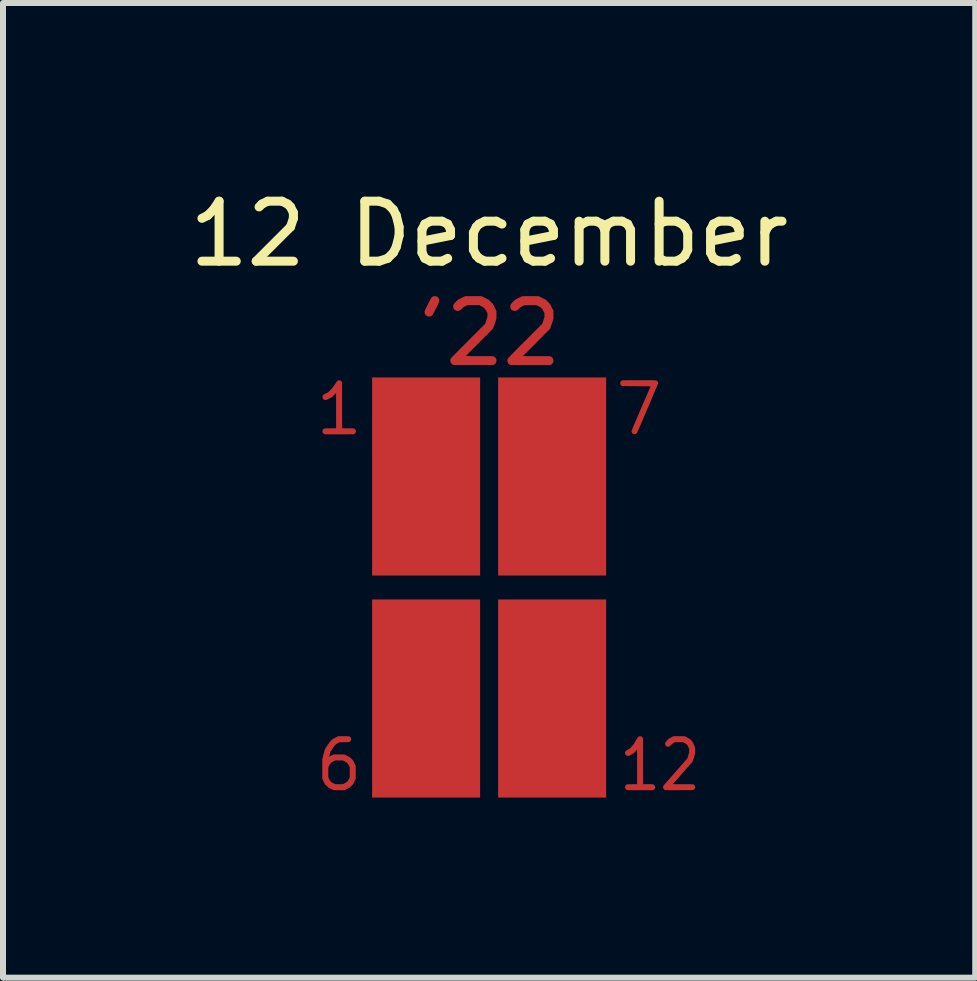
<source format=kicad_pcb>
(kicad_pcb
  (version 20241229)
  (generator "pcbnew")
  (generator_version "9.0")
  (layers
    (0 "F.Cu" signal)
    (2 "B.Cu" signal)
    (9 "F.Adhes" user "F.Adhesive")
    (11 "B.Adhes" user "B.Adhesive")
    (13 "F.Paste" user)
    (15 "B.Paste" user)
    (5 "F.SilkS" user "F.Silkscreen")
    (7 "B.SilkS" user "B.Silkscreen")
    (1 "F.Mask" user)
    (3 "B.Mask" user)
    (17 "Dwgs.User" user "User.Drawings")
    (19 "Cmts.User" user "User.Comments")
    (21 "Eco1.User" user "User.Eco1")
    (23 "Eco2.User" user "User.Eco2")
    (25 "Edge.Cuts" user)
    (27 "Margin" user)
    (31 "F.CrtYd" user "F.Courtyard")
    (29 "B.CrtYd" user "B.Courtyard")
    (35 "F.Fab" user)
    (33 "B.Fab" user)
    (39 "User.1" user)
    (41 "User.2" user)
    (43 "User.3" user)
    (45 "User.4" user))
  (footprint "12 December"
    (layer "F.Cu")
    (at 5.101 6.741)
    (property "Reference" "12 December" (at 0 -5.893 0) (unlocked yes) (layer "F.SilkS") (effects (font (size 1 1) (thickness 0.15))))
    (attr smd)
    (pad "1" smd custom (at -2.718 2.996) (size 0.01 0.01) (layers "F.Cu" "F.Mask" "F.Paste") (options (anchor circle)) (primitives (gr_poly (pts (xy 0.312 -0.518) (xy 0.329 -0.518) (xy 0.342 -0.518) (xy 0.354 -0.518) (xy 0.363 -0.517) (xy 0.37 -0.517) (xy 0.376 -0.517) (xy 0.38 -0.517) (xy 0.383 -0.516) (xy 0.385 -0.516) (xy 0.387 -0.515) (xy 0.389 -0.515) (xy 0.39 -0.514) (xy 0.399 -0.508) (xy 0.408 -0.5) (xy 0.414 -0.49) (xy 0.415 -0.489) (xy 0.417 -0.484) (xy 0.418 -0.479) (xy 0.419 -0.472) (xy 0.419 -0.468) (xy 0.418 -0.46) (xy 0.418 -0.454) (xy 0.416 -0.449) (xy 0.415 -0.447) (xy 0.408 -0.437) (xy 0.4 -0.429) (xy 0.391 -0.423) (xy 0.39 -0.422) (xy 0.388 -0.421) (xy 0.386 -0.421) (xy 0.384 -0.42) (xy 0.381 -0.42) (xy 0.376 -0.419) (xy 0.371 -0.419) (xy 0.364 -0.419) (xy 0.355 -0.418) (xy 0.344 -0.418) (xy 0.33 -0.418) (xy 0.313 -0.418) (xy 0.305 -0.418) (xy 0.227 -0.417) (xy 0.199 -0.403) (xy 0.189 -0.398) (xy 0.182 -0.394) (xy 0.176 -0.39) (xy 0.171 -0.387) (xy 0.167 -0.383) (xy 0.162 -0.379) (xy 0.157 -0.374) (xy 0.155 -0.372) (xy 0.15 -0.367) (xy 0.145 -0.362) (xy 0.141 -0.356) (xy 0.135 -0.349) (xy 0.129 -0.341) (xy 0.122 -0.331) (xy 0.114 -0.319) (xy 0.106 -0.306) (xy 0.072 -0.257) (xy 0.063 -0.219) (xy 0.06 -0.208) (xy 0.057 -0.198) (xy 0.055 -0.19) (xy 0.054 -0.184) (xy 0.053 -0.18) (xy 0.053 -0.179) (xy 0.054 -0.179) (xy 0.058 -0.18) (xy 0.064 -0.183) (xy 0.072 -0.187) (xy 0.081 -0.191) (xy 0.09 -0.195) (xy 0.128 -0.214) (xy 0.307 -0.214) (xy 0.399 -0.168) (xy 0.424 -0.143) (xy 0.449 -0.118) (xy 0.472 -0.072) (xy 0.495 -0.026) (xy 0.495 0.193) (xy 0.472 0.239) (xy 0.449 0.285) (xy 0.424 0.31) (xy 0.399 0.335) (xy 0.353 0.358) (xy 0.307 0.381) (xy 0.22 0.381) (xy 0.199 0.381) (xy 0.182 0.381) (xy 0.168 0.381) (xy 0.156 0.381) (xy 0.146 0.381) (xy 0.138 0.38) (xy 0.133 0.38) (xy 0.129 0.38) (xy 0.127 0.379) (xy 0.126 0.379) (xy 0.123 0.378) (xy 0.118 0.375) (xy 0.11 0.372) (xy 0.1 0.367) (xy 0.09 0.362) (xy 0.079 0.356) (xy 0.077 0.355) (xy 0.034 0.334) (xy 0.009 0.309) (xy -0.017 0.284) (xy -0.039 0.238) (xy -0.062 0.193) (xy -0.062 0.167) (xy 0.038 0.167) (xy 0.053 0.196) (xy 0.058 0.206) (xy 0.062 0.214) (xy 0.065 0.22) (xy 0.069 0.225) (xy 0.072 0.229) (xy 0.076 0.233) (xy 0.08 0.238) (xy 0.08 0.238) (xy 0.085 0.243) (xy 0.089 0.246) (xy 0.094 0.25) (xy 0.099 0.253) (xy 0.106 0.257) (xy 0.114 0.261) (xy 0.123 0.266) (xy 0.153 0.281) (xy 0.217 0.281) (xy 0.281 0.281) (xy 0.309 0.267) (xy 0.319 0.261) (xy 0.327 0.257) (xy 0.333 0.254) (xy 0.338 0.251) (xy 0.343 0.247) (xy 0.347 0.243) (xy 0.351 0.239) (xy 0.356 0.234) (xy 0.36 0.23) (xy 0.363 0.226) (xy 0.367 0.221) (xy 0.37 0.216) (xy 0.374 0.208) (xy 0.379 0.198) (xy 0.38 0.196) (xy 0.395 0.167) (xy 0.395 0) (xy 0.38 -0.029) (xy 0.375 -0.039) (xy 0.371 -0.047) (xy 0.367 -0.053) (xy 0.364 -0.058) (xy 0.361 -0.062) (xy 0.357 -0.066) (xy 0.353 -0.071) (xy 0.351 -0.072) (xy 0.346 -0.077) (xy 0.342 -0.081) (xy 0.337 -0.084) (xy 0.332 -0.088) (xy 0.326 -0.091) (xy 0.318 -0.095) (xy 0.309 -0.1) (xy 0.281 -0.114) (xy 0.154 -0.114) (xy 0.123 -0.099) (xy 0.113 -0.094) (xy 0.105 -0.089) (xy 0.099 -0.086) (xy 0.093 -0.083) (xy 0.089 -0.079) (xy 0.085 -0.076) (xy 0.08 -0.071) (xy 0.076 -0.067) (xy 0.072 -0.063) (xy 0.069 -0.059) (xy 0.066 -0.054) (xy 0.062 -0.048) (xy 0.058 -0.04) (xy 0.053 -0.03) (xy 0.053 -0.029) (xy 0.038 0) (xy 0.038 0.167) (xy -0.062 0.167) (xy -0.062 0.031) (xy -0.063 -0.132) (xy -0.042 -0.215) (xy -0.038 -0.231) (xy -0.034 -0.246) (xy -0.03 -0.261) (xy -0.027 -0.273) (xy -0.024 -0.284) (xy -0.022 -0.293) (xy -0.02 -0.299) (xy -0.019 -0.302) (xy -0.018 -0.303) (xy -0.017 -0.305) (xy -0.014 -0.31) (xy -0.009 -0.316) (xy -0.003 -0.325) (xy 0.003 -0.335) (xy 0.011 -0.347) (xy 0.019 -0.359) (xy 0.025 -0.367) (xy 0.034 -0.381) (xy 0.043 -0.393) (xy 0.049 -0.403) (xy 0.055 -0.411) (xy 0.06 -0.418) (xy 0.064 -0.423) (xy 0.069 -0.428) (xy 0.073 -0.433) (xy 0.077 -0.438) (xy 0.082 -0.442) (xy 0.087 -0.448) (xy 0.088 -0.449) (xy 0.111 -0.472) (xy 0.157 -0.495) (xy 0.203 -0.518) (xy 0.293 -0.518)) (width 0) (fill yes))))
    (pad "1" smd custom (at -2.515 -2.794) (size 0.01 0.01) (layers "F.Cu" "F.Mask" "F.Paste") (options (anchor circle)) (primitives (gr_poly (pts (xy 0.025 -0.658) (xy 0.037 -0.654) (xy 0.047 -0.647) (xy 0.055 -0.639) (xy 0.061 -0.629) (xy 0.065 -0.622) (xy 0.065 0.14) (xy 0.161 0.141) (xy 0.182 0.141) (xy 0.199 0.141) (xy 0.213 0.141) (xy 0.225 0.141) (xy 0.235 0.141) (xy 0.243 0.142) (xy 0.249 0.142) (xy 0.253 0.142) (xy 0.257 0.143) (xy 0.26 0.143) (xy 0.262 0.144) (xy 0.264 0.144) (xy 0.265 0.145) (xy 0.275 0.151) (xy 0.283 0.159) (xy 0.289 0.169) (xy 0.29 0.17) (xy 0.292 0.175) (xy 0.293 0.18) (xy 0.294 0.187) (xy 0.294 0.191) (xy 0.294 0.199) (xy 0.293 0.205) (xy 0.291 0.21) (xy 0.29 0.212) (xy 0.283 0.222) (xy 0.275 0.23) (xy 0.266 0.236) (xy 0.265 0.237) (xy 0.257 0.24) (xy 0.018 0.241) (xy -0.014 0.241) (xy -0.044 0.241) (xy -0.071 0.241) (xy -0.095 0.241) (xy -0.116 0.241) (xy -0.135 0.241) (xy -0.152 0.241) (xy -0.166 0.241) (xy -0.178 0.241) (xy -0.189 0.241) (xy -0.198 0.24) (xy -0.205 0.24) (xy -0.211 0.24) (xy -0.216 0.24) (xy -0.22 0.24) (xy -0.223 0.239) (xy -0.225 0.239) (xy -0.227 0.239) (xy -0.228 0.238) (xy -0.229 0.238) (xy -0.24 0.233) (xy -0.249 0.225) (xy -0.255 0.216) (xy -0.26 0.206) (xy -0.262 0.196) (xy -0.262 0.185) (xy -0.259 0.174) (xy -0.255 0.164) (xy -0.248 0.155) (xy -0.238 0.148) (xy -0.233 0.145) (xy -0.231 0.144) (xy -0.23 0.144) (xy -0.228 0.143) (xy -0.225 0.143) (xy -0.221 0.142) (xy -0.217 0.142) (xy -0.21 0.142) (xy -0.202 0.141) (xy -0.193 0.141) (xy -0.181 0.141) (xy -0.166 0.141) (xy -0.149 0.141) (xy -0.13 0.141) (xy -0.035 0.14) (xy -0.035 -0.449) (xy -0.071 -0.413) (xy -0.107 -0.377) (xy -0.198 -0.332) (xy -0.212 -0.332) (xy -0.22 -0.332) (xy -0.226 -0.333) (xy -0.231 -0.334) (xy -0.234 -0.336) (xy -0.244 -0.343) (xy -0.253 -0.352) (xy -0.258 -0.36) (xy -0.261 -0.369) (xy -0.262 -0.379) (xy -0.261 -0.39) (xy -0.259 -0.399) (xy -0.258 -0.402) (xy -0.256 -0.407) (xy -0.253 -0.411) (xy -0.249 -0.415) (xy -0.244 -0.419) (xy -0.238 -0.424) (xy -0.229 -0.428) (xy -0.219 -0.434) (xy -0.206 -0.441) (xy -0.204 -0.442) (xy -0.166 -0.461) (xy -0.131 -0.497) (xy -0.095 -0.533) (xy -0.058 -0.588) (xy -0.048 -0.603) (xy -0.04 -0.616) (xy -0.033 -0.626) (xy -0.027 -0.634) (xy -0.022 -0.64) (xy -0.018 -0.645) (xy -0.014 -0.649) (xy -0.011 -0.652) (xy -0.007 -0.654) (xy -0.003 -0.655) (xy 0.001 -0.657) (xy 0.001 -0.657) (xy 0.013 -0.659)) (width 0) (fill yes))))
    (pad "1" smd custom (at -1.448 -0.432) (size 0.01 0.01) (layers "F.Cu" "F.Mask" "F.Paste") (options (anchor circle)) (primitives (gr_poly (pts (xy 1.298 0.232) (xy -0.502 0.232) (xy -0.502 -3.069) (xy 1.298 -3.069)) (width 0) (fill yes))))
    (pad "1" smd custom (at -1.448 3.268) (size 0.01 0.01) (layers "F.Cu" "F.Mask" "F.Paste") (options (anchor circle)) (primitives (gr_poly (pts (xy 1.298 0.232) (xy -0.502 0.232) (xy -0.502 -3.069) (xy 1.298 -3.069)) (width 0) (fill yes))))
    (pad "1" smd custom (at -0.914 -4.75) (size 0.01 0.01) (layers "F.Cu" "F.Mask" "F.Paste") (options (anchor circle)) (primitives (gr_poly (pts (xy 0.028 -0.104) (xy 0.043 -0.099) (xy 0.057 -0.09) (xy 0.063 -0.085) (xy 0.074 -0.071) (xy 0.08 -0.057) (xy 0.083 -0.04) (xy 0.084 -0.031) (xy 0.084 -0.012) (xy 0.03 0.095) (xy 0.017 0.122) (xy 0.005 0.144) (xy -0.004 0.163) (xy -0.013 0.178) (xy -0.02 0.191) (xy -0.026 0.201) (xy -0.031 0.208) (xy -0.036 0.214) (xy -0.04 0.219) (xy -0.045 0.222) (xy -0.05 0.225) (xy -0.055 0.228) (xy -0.056 0.228) (xy -0.068 0.232) (xy -0.082 0.234) (xy -0.097 0.234) (xy -0.109 0.231) (xy -0.109 0.231) (xy -0.126 0.223) (xy -0.14 0.212) (xy -0.151 0.197) (xy -0.159 0.181) (xy -0.162 0.163) (xy -0.162 0.152) (xy -0.16 0.146) (xy -0.157 0.137) (xy -0.151 0.124) (xy -0.144 0.109) (xy -0.136 0.091) (xy -0.127 0.072) (xy -0.117 0.052) (xy -0.107 0.031) (xy -0.097 0.011) (xy -0.086 -0.009) (xy -0.077 -0.028) (xy -0.067 -0.045) (xy -0.059 -0.06) (xy -0.052 -0.072) (xy -0.047 -0.08) (xy -0.043 -0.085) (xy -0.031 -0.095) (xy -0.018 -0.102) (xy -0.003 -0.105) (xy 0.01 -0.106)) (width 0) (fill yes))))
    (pad "1" smd custom (at 0.076 -4.572) (size 0.01 0.01) (layers "F.Cu" "F.Mask" "F.Paste") (options (anchor circle)) (primitives (gr_poly (pts (xy -0.263 -0.284) (xy -0.244 -0.284) (xy -0.229 -0.284) (xy -0.218 -0.283) (xy -0.209 -0.283) (xy -0.203 -0.282) (xy -0.199 -0.282) (xy -0.199 -0.282) (xy -0.194 -0.28) (xy -0.185 -0.276) (xy -0.173 -0.27) (xy -0.16 -0.263) (xy -0.145 -0.256) (xy -0.136 -0.251) (xy -0.083 -0.224) (xy -0.014 -0.155) (xy 0.014 -0.102) (xy 0.021 -0.086) (xy 0.029 -0.072) (xy 0.035 -0.059) (xy 0.04 -0.048) (xy 0.043 -0.041) (xy 0.044 -0.039) (xy 0.045 -0.033) (xy 0.046 -0.025) (xy 0.046 -0.014) (xy 0.047 0.001) (xy 0.047 0.021) (xy 0.046 0.033) (xy 0.046 0.095) (xy 0.02 0.168) (xy 0.014 0.187) (xy 0.008 0.204) (xy 0.002 0.22) (xy -0.003 0.233) (xy -0.006 0.243) (xy -0.009 0.25) (xy -0.009 0.251) (xy -0.011 0.254) (xy -0.014 0.258) (xy -0.02 0.264) (xy -0.027 0.272) (xy -0.037 0.283) (xy -0.05 0.296) (xy -0.064 0.311) (xy -0.082 0.329) (xy -0.102 0.35) (xy -0.125 0.373) (xy -0.152 0.399) (xy -0.181 0.429) (xy -0.214 0.462) (xy -0.24 0.488) (xy -0.466 0.715) (xy -0.237 0.716) (xy -0.199 0.716) (xy -0.165 0.716) (xy -0.135 0.716) (xy -0.109 0.716) (xy -0.087 0.716) (xy -0.068 0.716) (xy -0.052 0.716) (xy -0.039 0.717) (xy -0.029 0.717) (xy -0.021 0.717) (xy -0.014 0.718) (xy -0.009 0.718) (xy -0.006 0.719) (xy -0.003 0.719) (xy -0.000429 0.72) (xy 0.002 0.721) (xy 0.003 0.722) (xy 0.017 0.73) (xy 0.029 0.743) (xy 0.039 0.757) (xy 0.04 0.758) (xy 0.043 0.766) (xy 0.045 0.775) (xy 0.046 0.785) (xy 0.046 0.79) (xy 0.045 0.802) (xy 0.044 0.811) (xy 0.041 0.819) (xy 0.04 0.822) (xy 0.03 0.837) (xy 0.018 0.85) (xy 0.004 0.859) (xy 0.003 0.859) (xy -0.009 0.865) (xy -0.334 0.865) (xy -0.381 0.865) (xy -0.423 0.865) (xy -0.461 0.865) (xy -0.495 0.865) (xy -0.524 0.865) (xy -0.55 0.865) (xy -0.573 0.865) (xy -0.592 0.865) (xy -0.609 0.865) (xy -0.623 0.865) (xy -0.635 0.865) (xy -0.644 0.864) (xy -0.652 0.864) (xy -0.658 0.864) (xy -0.662 0.863) (xy -0.666 0.863) (xy -0.669 0.862) (xy -0.671 0.862) (xy -0.672 0.861) (xy -0.689 0.853) (xy -0.702 0.842) (xy -0.713 0.827) (xy -0.719 0.811) (xy -0.722 0.793) (xy -0.721 0.775) (xy -0.715 0.758) (xy -0.714 0.756) (xy -0.712 0.753) (xy -0.708 0.748) (xy -0.703 0.743) (xy -0.697 0.736) (xy -0.689 0.727) (xy -0.679 0.717) (xy -0.667 0.704) (xy -0.653 0.69) (xy -0.637 0.674) (xy -0.618 0.655) (xy -0.597 0.633) (xy -0.573 0.609) (xy -0.547 0.582) (xy -0.517 0.553) (xy -0.484 0.52) (xy -0.448 0.484) (xy -0.426 0.461) (xy -0.142 0.177) (xy -0.104 0.063) (xy -0.104 0.032) (xy -0.104 0.001) (xy -0.12 -0.031) (xy -0.128 -0.045) (xy -0.134 -0.057) (xy -0.141 -0.066) (xy -0.148 -0.074) (xy -0.154 -0.081) (xy -0.162 -0.089) (xy -0.17 -0.095) (xy -0.178 -0.101) (xy -0.187 -0.107) (xy -0.2 -0.114) (xy -0.205 -0.116) (xy -0.239 -0.134) (xy -0.438 -0.134) (xy -0.471 -0.117) (xy -0.484 -0.111) (xy -0.494 -0.105) (xy -0.503 -0.099) (xy -0.511 -0.093) (xy -0.52 -0.085) (xy -0.53 -0.075) (xy -0.544 -0.062) (xy -0.555 -0.053) (xy -0.564 -0.046) (xy -0.574 -0.042) (xy -0.583 -0.04) (xy -0.594 -0.039) (xy -0.6 -0.038) (xy -0.618 -0.04) (xy -0.633 -0.045) (xy -0.647 -0.054) (xy -0.653 -0.059) (xy -0.664 -0.073) (xy -0.671 -0.087) (xy -0.674 -0.104) (xy -0.674 -0.113) (xy -0.674 -0.123) (xy -0.673 -0.133) (xy -0.67 -0.141) (xy -0.666 -0.149) (xy -0.659 -0.158) (xy -0.65 -0.169) (xy -0.638 -0.181) (xy -0.629 -0.191) (xy -0.595 -0.224) (xy -0.536 -0.254) (xy -0.476 -0.283) (xy -0.343 -0.284) (xy -0.312 -0.284) (xy -0.285 -0.284)) (width 0) (fill yes))))
    (pad "1" smd custom (at 0.652 -0.432) (size 0.01 0.01) (layers "F.Cu" "F.Mask" "F.Paste") (options (anchor circle)) (primitives (gr_poly (pts (xy 1.298 0.232) (xy -0.502 0.232) (xy -0.502 -3.069) (xy 1.298 -3.069)) (width 0) (fill yes))))
    (pad "1" smd custom (at 0.652 3.268) (size 0.01 0.01) (layers "F.Cu" "F.Mask" "F.Paste") (options (anchor circle)) (primitives (gr_poly (pts (xy 1.298 0.232) (xy -0.502 0.232) (xy -0.502 -3.069) (xy 1.298 -3.069)) (width 0) (fill yes))))
    (pad "1" smd custom (at 0.965 -4.724) (size 0.01 0.01) (layers "F.Cu" "F.Mask" "F.Paste") (options (anchor circle)) (primitives (gr_poly (pts (xy -0.308 -0.132) (xy -0.277 -0.132) (xy -0.272 -0.132) (xy -0.138 -0.131) (xy -0.079 -0.101) (xy -0.019 -0.072) (xy 0.015 -0.037) (xy 0.05 -0.002) (xy 0.078 0.055) (xy 0.107 0.113) (xy 0.108 0.177) (xy 0.108 0.241) (xy 0.082 0.321) (xy 0.076 0.34) (xy 0.069 0.358) (xy 0.064 0.375) (xy 0.059 0.388) (xy 0.055 0.399) (xy 0.053 0.406) (xy 0.052 0.408) (xy 0.05 0.411) (xy 0.044 0.417) (xy 0.036 0.426) (xy 0.024 0.438) (xy 0.01 0.452) (xy -0.006 0.469) (xy -0.025 0.488) (xy -0.046 0.509) (xy -0.069 0.532) (xy -0.093 0.557) (xy -0.118 0.582) (xy -0.145 0.609) (xy -0.173 0.637) (xy -0.177 0.642) (xy -0.403 0.867) (xy -0.175 0.868) (xy -0.136 0.868) (xy -0.102 0.868) (xy -0.073 0.868) (xy -0.047 0.868) (xy -0.025 0.869) (xy -0.006 0.869) (xy 0.009 0.869) (xy 0.022 0.869) (xy 0.032 0.869) (xy 0.041 0.87) (xy 0.047 0.87) (xy 0.052 0.871) (xy 0.056 0.871) (xy 0.058 0.872) (xy 0.061 0.873) (xy 0.063 0.873) (xy 0.064 0.874) (xy 0.078 0.883) (xy 0.091 0.895) (xy 0.1 0.91) (xy 0.101 0.911) (xy 0.105 0.925) (xy 0.107 0.941) (xy 0.106 0.957) (xy 0.102 0.972) (xy 0.101 0.975) (xy 0.091 0.989) (xy 0.079 1.002) (xy 0.065 1.011) (xy 0.064 1.012) (xy 0.052 1.017) (xy -0.273 1.018) (xy -0.32 1.018) (xy -0.362 1.018) (xy -0.4 1.018) (xy -0.433 1.018) (xy -0.463 1.018) (xy -0.489 1.018) (xy -0.512 1.018) (xy -0.531 1.018) (xy -0.548 1.017) (xy -0.562 1.017) (xy -0.573 1.017) (xy -0.583 1.017) (xy -0.591 1.017) (xy -0.597 1.016) (xy -0.601 1.016) (xy -0.605 1.015) (xy -0.608 1.015) (xy -0.61 1.014) (xy -0.611 1.014) (xy -0.627 1.006) (xy -0.641 0.994) (xy -0.651 0.98) (xy -0.658 0.963) (xy -0.661 0.946) (xy -0.66 0.928) (xy -0.654 0.91) (xy -0.652 0.908) (xy -0.65 0.904) (xy -0.645 0.899) (xy -0.639 0.892) (xy -0.631 0.884) (xy -0.621 0.873) (xy -0.609 0.861) (xy -0.595 0.846) (xy -0.578 0.829) (xy -0.559 0.81) (xy -0.538 0.788) (xy -0.513 0.763) (xy -0.486 0.736) (xy -0.455 0.705) (xy -0.422 0.671) (xy -0.385 0.634) (xy -0.364 0.614) (xy -0.08 0.329) (xy -0.061 0.274) (xy -0.043 0.218) (xy -0.043 0.152) (xy -0.059 0.12) (xy -0.069 0.1) (xy -0.079 0.084) (xy -0.09 0.071) (xy -0.102 0.06) (xy -0.116 0.05) (xy -0.134 0.04) (xy -0.142 0.036) (xy -0.176 0.019) (xy -0.376 0.019) (xy -0.41 0.036) (xy -0.424 0.044) (xy -0.435 0.049) (xy -0.443 0.055) (xy -0.451 0.061) (xy -0.46 0.069) (xy -0.47 0.078) (xy -0.47 0.078) (xy -0.483 0.091) (xy -0.494 0.1) (xy -0.504 0.107) (xy -0.514 0.111) (xy -0.524 0.113) (xy -0.536 0.114) (xy -0.539 0.114) (xy -0.557 0.112) (xy -0.572 0.107) (xy -0.586 0.099) (xy -0.592 0.093) (xy -0.603 0.08) (xy -0.61 0.065) (xy -0.613 0.049) (xy -0.613 0.04) (xy -0.613 0.03) (xy -0.611 0.021) (xy -0.609 0.012) (xy -0.604 0.004) (xy -0.598 -0.005) (xy -0.588 -0.015) (xy -0.576 -0.028) (xy -0.566 -0.038) (xy -0.531 -0.072) (xy -0.479 -0.099) (xy -0.463 -0.107) (xy -0.449 -0.114) (xy -0.436 -0.12) (xy -0.425 -0.125) (xy -0.418 -0.128) (xy -0.416 -0.129) (xy -0.412 -0.13) (xy -0.406 -0.13) (xy -0.398 -0.131) (xy -0.387 -0.131) (xy -0.373 -0.132) (xy -0.355 -0.132) (xy -0.333 -0.132)) (width 0) (fill yes))))
    (pad "1" smd custom (at 2.667 3.353) (size 0.01 0.01) (layers "F.Cu" "F.Mask" "F.Paste") (options (anchor circle)) (primitives (gr_poly (pts (xy -0.137 -0.873) (xy -0.126 -0.868) (xy -0.117 -0.862) (xy -0.109 -0.853) (xy -0.105 -0.846) (xy -0.101 -0.838) (xy -0.101 -0.457) (xy -0.1 -0.076) (xy 0.062 -0.075) (xy 0.071 -0.071) (xy 0.081 -0.064) (xy 0.09 -0.054) (xy 0.095 -0.047) (xy 0.097 -0.041) (xy 0.098 -0.036) (xy 0.099 -0.029) (xy 0.099 -0.025) (xy 0.099 -0.018) (xy 0.098 -0.012) (xy 0.096 -0.007) (xy 0.095 -0.004) (xy 0.088 0.007) (xy 0.078 0.015) (xy 0.071 0.02) (xy 0.062 0.024) (xy -0.149 0.024) (xy -0.181 0.024) (xy -0.21 0.024) (xy -0.236 0.024) (xy -0.259 0.024) (xy -0.279 0.024) (xy -0.297 0.024) (xy -0.312 0.024) (xy -0.325 0.024) (xy -0.336 0.024) (xy -0.345 0.024) (xy -0.353 0.024) (xy -0.358 0.023) (xy -0.362 0.023) (xy -0.365 0.023) (xy -0.367 0.023) (xy -0.367 0.023) (xy -0.378 0.018) (xy -0.387 0.01) (xy -0.394 0.002) (xy -0.399 -0.008) (xy -0.402 -0.019) (xy -0.402 -0.03) (xy -0.4 -0.041) (xy -0.395 -0.051) (xy -0.388 -0.06) (xy -0.379 -0.068) (xy -0.373 -0.071) (xy -0.365 -0.075) (xy -0.283 -0.075) (xy -0.201 -0.076) (xy -0.201 -0.364) (xy -0.201 -0.395) (xy -0.201 -0.424) (xy -0.201 -0.453) (xy -0.201 -0.48) (xy -0.201 -0.506) (xy -0.201 -0.531) (xy -0.201 -0.553) (xy -0.201 -0.574) (xy -0.201 -0.593) (xy -0.201 -0.609) (xy -0.201 -0.623) (xy -0.201 -0.635) (xy -0.201 -0.643) (xy -0.202 -0.649) (xy -0.202 -0.652) (xy -0.202 -0.652) (xy -0.203 -0.651) (xy -0.206 -0.648) (xy -0.211 -0.643) (xy -0.216 -0.636) (xy -0.223 -0.628) (xy -0.226 -0.625) (xy -0.233 -0.617) (xy -0.239 -0.61) (xy -0.245 -0.604) (xy -0.25 -0.599) (xy -0.252 -0.596) (xy -0.253 -0.596) (xy -0.256 -0.593) (xy -0.262 -0.59) (xy -0.269 -0.586) (xy -0.278 -0.581) (xy -0.288 -0.575) (xy -0.298 -0.569) (xy -0.308 -0.564) (xy -0.317 -0.559) (xy -0.325 -0.555) (xy -0.332 -0.551) (xy -0.337 -0.549) (xy -0.338 -0.549) (xy -0.35 -0.547) (xy -0.361 -0.548) (xy -0.373 -0.551) (xy -0.383 -0.558) (xy -0.392 -0.566) (xy -0.398 -0.575) (xy -0.401 -0.585) (xy -0.402 -0.595) (xy -0.401 -0.606) (xy -0.399 -0.615) (xy -0.398 -0.618) (xy -0.395 -0.623) (xy -0.392 -0.627) (xy -0.387 -0.632) (xy -0.381 -0.636) (xy -0.374 -0.641) (xy -0.364 -0.647) (xy -0.352 -0.655) (xy -0.349 -0.656) (xy -0.316 -0.675) (xy -0.288 -0.708) (xy -0.259 -0.741) (xy -0.225 -0.799) (xy -0.216 -0.814) (xy -0.209 -0.826) (xy -0.202 -0.836) (xy -0.198 -0.844) (xy -0.193 -0.85) (xy -0.19 -0.855) (xy -0.187 -0.859) (xy -0.185 -0.861) (xy -0.183 -0.863) (xy -0.182 -0.864) (xy -0.172 -0.87) (xy -0.16 -0.874) (xy -0.149 -0.875)) (width 0) (fill yes))))
    (pad "1" smd custom (at 2.692 -3.251) (size 0.01 0.01) (layers "F.Cu" "F.Mask" "F.Paste") (options (anchor circle)) (primitives (gr_poly (pts (xy -0.139 -0.204) (xy -0.094 -0.204) (xy -0.055 -0.204) (xy -0.022 -0.204) (xy 0.006 -0.204) (xy 0.028 -0.204) (xy 0.047 -0.203) (xy 0.062 -0.203) (xy 0.073 -0.202) (xy 0.082 -0.202) (xy 0.088 -0.201) (xy 0.093 -0.2) (xy 0.096 -0.199) (xy 0.099 -0.198) (xy 0.099 -0.197) (xy 0.112 -0.187) (xy 0.121 -0.173) (xy 0.125 -0.157) (xy 0.125 -0.155) (xy 0.124 -0.15) (xy 0.12 -0.14) (xy 0.113 -0.123) (xy 0.104 -0.101) (xy 0.093 -0.075) (xy 0.08 -0.044) (xy 0.066 -0.01) (xy 0.05 0.028) (xy 0.033 0.068) (xy 0.015 0.111) (xy -0.004 0.155) (xy -0.023 0.201) (xy -0.043 0.247) (xy -0.063 0.293) (xy -0.082 0.339) (xy -0.102 0.384) (xy -0.12 0.428) (xy -0.138 0.47) (xy -0.155 0.509) (xy -0.171 0.546) (xy -0.186 0.579) (xy -0.198 0.608) (xy -0.209 0.632) (xy -0.218 0.652) (xy -0.224 0.666) (xy -0.228 0.674) (xy -0.229 0.676) (xy -0.238 0.685) (xy -0.251 0.692) (xy -0.266 0.696) (xy -0.27 0.696) (xy -0.28 0.694) (xy -0.292 0.69) (xy -0.293 0.689) (xy -0.306 0.679) (xy -0.315 0.664) (xy -0.319 0.648) (xy -0.319 0.646) (xy -0.318 0.641) (xy -0.313 0.63) (xy -0.306 0.612) (xy -0.297 0.589) (xy -0.286 0.561) (xy -0.272 0.529) (xy -0.256 0.492) (xy -0.239 0.451) (xy -0.22 0.406) (xy -0.2 0.359) (xy -0.178 0.308) (xy -0.16 0.266) (xy -0.001 -0.102) (xy -0.239 -0.104) (xy -0.288 -0.105) (xy -0.331 -0.105) (xy -0.367 -0.105) (xy -0.397 -0.106) (xy -0.422 -0.106) (xy -0.442 -0.107) (xy -0.458 -0.108) (xy -0.471 -0.109) (xy -0.48 -0.111) (xy -0.487 -0.113) (xy -0.492 -0.116) (xy -0.495 -0.119) (xy -0.498 -0.122) (xy -0.5 -0.127) (xy -0.502 -0.132) (xy -0.502 -0.132) (xy -0.507 -0.15) (xy -0.506 -0.168) (xy -0.498 -0.184) (xy -0.485 -0.196) (xy -0.482 -0.197) (xy -0.479 -0.199) (xy -0.476 -0.2) (xy -0.471 -0.201) (xy -0.465 -0.201) (xy -0.457 -0.202) (xy -0.446 -0.203) (xy -0.431 -0.203) (xy -0.413 -0.203) (xy -0.391 -0.204) (xy -0.364 -0.204) (xy -0.331 -0.204) (xy -0.293 -0.204) (xy -0.248 -0.204) (xy -0.197 -0.204) (xy -0.191 -0.204)) (width 0) (fill yes))))
    (pad "1" smd custom (at 3.277 3.327) (size 0.01 0.01) (layers "F.Cu" "F.Mask" "F.Paste") (options (anchor circle)) (primitives (gr_poly (pts (xy -0.089 -0.85) (xy -0.074 -0.85) (xy -0.06 -0.849) (xy -0.047 -0.849) (xy -0.035 -0.849) (xy -0.026 -0.849) (xy -0.019 -0.848) (xy -0.014 -0.848) (xy -0.014 -0.848) (xy -0.011 -0.847) (xy -0.005 -0.844) (xy 0.003 -0.84) (xy 0.012 -0.835) (xy 0.022 -0.829) (xy 0.032 -0.824) (xy 0.072 -0.801) (xy 0.091 -0.78) (xy 0.098 -0.772) (xy 0.104 -0.765) (xy 0.109 -0.759) (xy 0.113 -0.755) (xy 0.114 -0.752) (xy 0.116 -0.749) (xy 0.119 -0.744) (xy 0.123 -0.736) (xy 0.127 -0.727) (xy 0.132 -0.716) (xy 0.137 -0.705) (xy 0.138 -0.704) (xy 0.156 -0.661) (xy 0.157 -0.613) (xy 0.157 -0.565) (xy 0.139 -0.5) (xy 0.134 -0.483) (xy 0.13 -0.468) (xy 0.126 -0.456) (xy 0.123 -0.446) (xy 0.12 -0.439) (xy 0.118 -0.434) (xy 0.116 -0.43) (xy 0.116 -0.429) (xy 0.114 -0.427) (xy 0.111 -0.423) (xy 0.105 -0.416) (xy 0.098 -0.408) (xy 0.088 -0.397) (xy 0.078 -0.385) (xy 0.066 -0.371) (xy 0.052 -0.356) (xy 0.038 -0.339) (xy 0.022 -0.321) (xy 0.005 -0.302) (xy -0.012 -0.282) (xy -0.03 -0.261) (xy -0.049 -0.24) (xy -0.052 -0.236) (xy -0.216 -0.05) (xy -0.048 -0.05) (xy -0.021 -0.05) (xy 0.003 -0.05) (xy 0.025 -0.05) (xy 0.043 -0.05) (xy 0.059 -0.05) (xy 0.073 -0.05) (xy 0.084 -0.049) (xy 0.094 -0.049) (xy 0.102 -0.049) (xy 0.108 -0.049) (xy 0.113 -0.049) (xy 0.117 -0.048) (xy 0.12 -0.048) (xy 0.123 -0.048) (xy 0.124 -0.047) (xy 0.126 -0.047) (xy 0.127 -0.046) (xy 0.128 -0.046) (xy 0.137 -0.04) (xy 0.145 -0.032) (xy 0.152 -0.022) (xy 0.152 -0.021) (xy 0.155 -0.012) (xy 0.157 -0.001) (xy 0.156 0.01) (xy 0.153 0.019) (xy 0.152 0.021) (xy 0.146 0.031) (xy 0.138 0.039) (xy 0.128 0.046) (xy 0.128 0.046) (xy 0.12 0.049) (xy -0.108 0.05) (xy -0.141 0.05) (xy -0.171 0.05) (xy -0.197 0.05) (xy -0.221 0.05) (xy -0.242 0.05) (xy -0.261 0.05) (xy -0.277 0.05) (xy -0.292 0.05) (xy -0.304 0.05) (xy -0.314 0.049) (xy -0.322 0.049) (xy -0.329 0.049) (xy -0.334 0.049) (xy -0.338 0.049) (xy -0.341 0.048) (xy -0.342 0.048) (xy -0.343 0.048) (xy -0.354 0.043) (xy -0.363 0.035) (xy -0.371 0.026) (xy -0.376 0.015) (xy -0.378 0.003) (xy -0.378 -0.000019) (xy -0.377 -0.01) (xy -0.374 -0.02) (xy -0.369 -0.028) (xy -0.368 -0.029) (xy -0.367 -0.031) (xy -0.364 -0.035) (xy -0.358 -0.041) (xy -0.351 -0.049) (xy -0.342 -0.059) (xy -0.332 -0.071) (xy -0.32 -0.084) (xy -0.308 -0.099) (xy -0.293 -0.115) (xy -0.279 -0.132) (xy -0.263 -0.15) (xy -0.246 -0.169) (xy -0.229 -0.188) (xy -0.212 -0.208) (xy -0.194 -0.229) (xy -0.176 -0.249) (xy -0.158 -0.27) (xy -0.14 -0.29) (xy -0.122 -0.31) (xy -0.105 -0.33) (xy -0.088 -0.349) (xy -0.072 -0.368) (xy -0.056 -0.385) (xy -0.041 -0.402) (xy -0.028 -0.417) (xy -0.016 -0.431) (xy -0.005 -0.444) (xy 0.005 -0.455) (xy 0.013 -0.464) (xy 0.019 -0.471) (xy 0.024 -0.476) (xy 0.025 -0.477) (xy 0.027 -0.48) (xy 0.029 -0.485) (xy 0.031 -0.493) (xy 0.034 -0.503) (xy 0.038 -0.514) (xy 0.042 -0.527) (xy 0.042 -0.529) (xy 0.056 -0.578) (xy 0.056 -0.637) (xy 0.044 -0.666) (xy 0.039 -0.677) (xy 0.036 -0.685) (xy 0.032 -0.691) (xy 0.029 -0.696) (xy 0.026 -0.7) (xy 0.023 -0.704) (xy 0.019 -0.709) (xy 0.014 -0.714) (xy 0.01 -0.718) (xy 0.005 -0.722) (xy -0.001 -0.726) (xy -0.008 -0.73) (xy -0.017 -0.735) (xy -0.041 -0.749) (xy -0.18 -0.749) (xy -0.204 -0.735) (xy -0.213 -0.73) (xy -0.22 -0.726) (xy -0.225 -0.722) (xy -0.23 -0.719) (xy -0.234 -0.714) (xy -0.24 -0.708) (xy -0.245 -0.702) (xy -0.254 -0.693) (xy -0.262 -0.686) (xy -0.268 -0.68) (xy -0.275 -0.677) (xy -0.281 -0.675) (xy -0.289 -0.674) (xy -0.294 -0.674) (xy -0.307 -0.675) (xy -0.317 -0.678) (xy -0.326 -0.684) (xy -0.33 -0.688) (xy -0.337 -0.697) (xy -0.342 -0.707) (xy -0.344 -0.719) (xy -0.344 -0.723) (xy -0.344 -0.729) (xy -0.343 -0.735) (xy -0.341 -0.741) (xy -0.338 -0.747) (xy -0.333 -0.753) (xy -0.327 -0.761) (xy -0.319 -0.771) (xy -0.314 -0.777) (xy -0.292 -0.801) (xy -0.253 -0.824) (xy -0.242 -0.83) (xy -0.232 -0.835) (xy -0.223 -0.84) (xy -0.216 -0.844) (xy -0.21 -0.847) (xy -0.207 -0.848) (xy -0.204 -0.848) (xy -0.198 -0.849) (xy -0.189 -0.849) (xy -0.178 -0.849) (xy -0.166 -0.849) (xy -0.152 -0.85) (xy -0.137 -0.85) (xy -0.121 -0.85) (xy -0.105 -0.85)) (width 0) (fill yes)))))
  (gr_rect
    (start -3 -3)
    (end 13.202 13.242)
    (stroke (width 0.1) (type default))
    (fill no)
    (layer "Edge.Cuts")))
</source>
